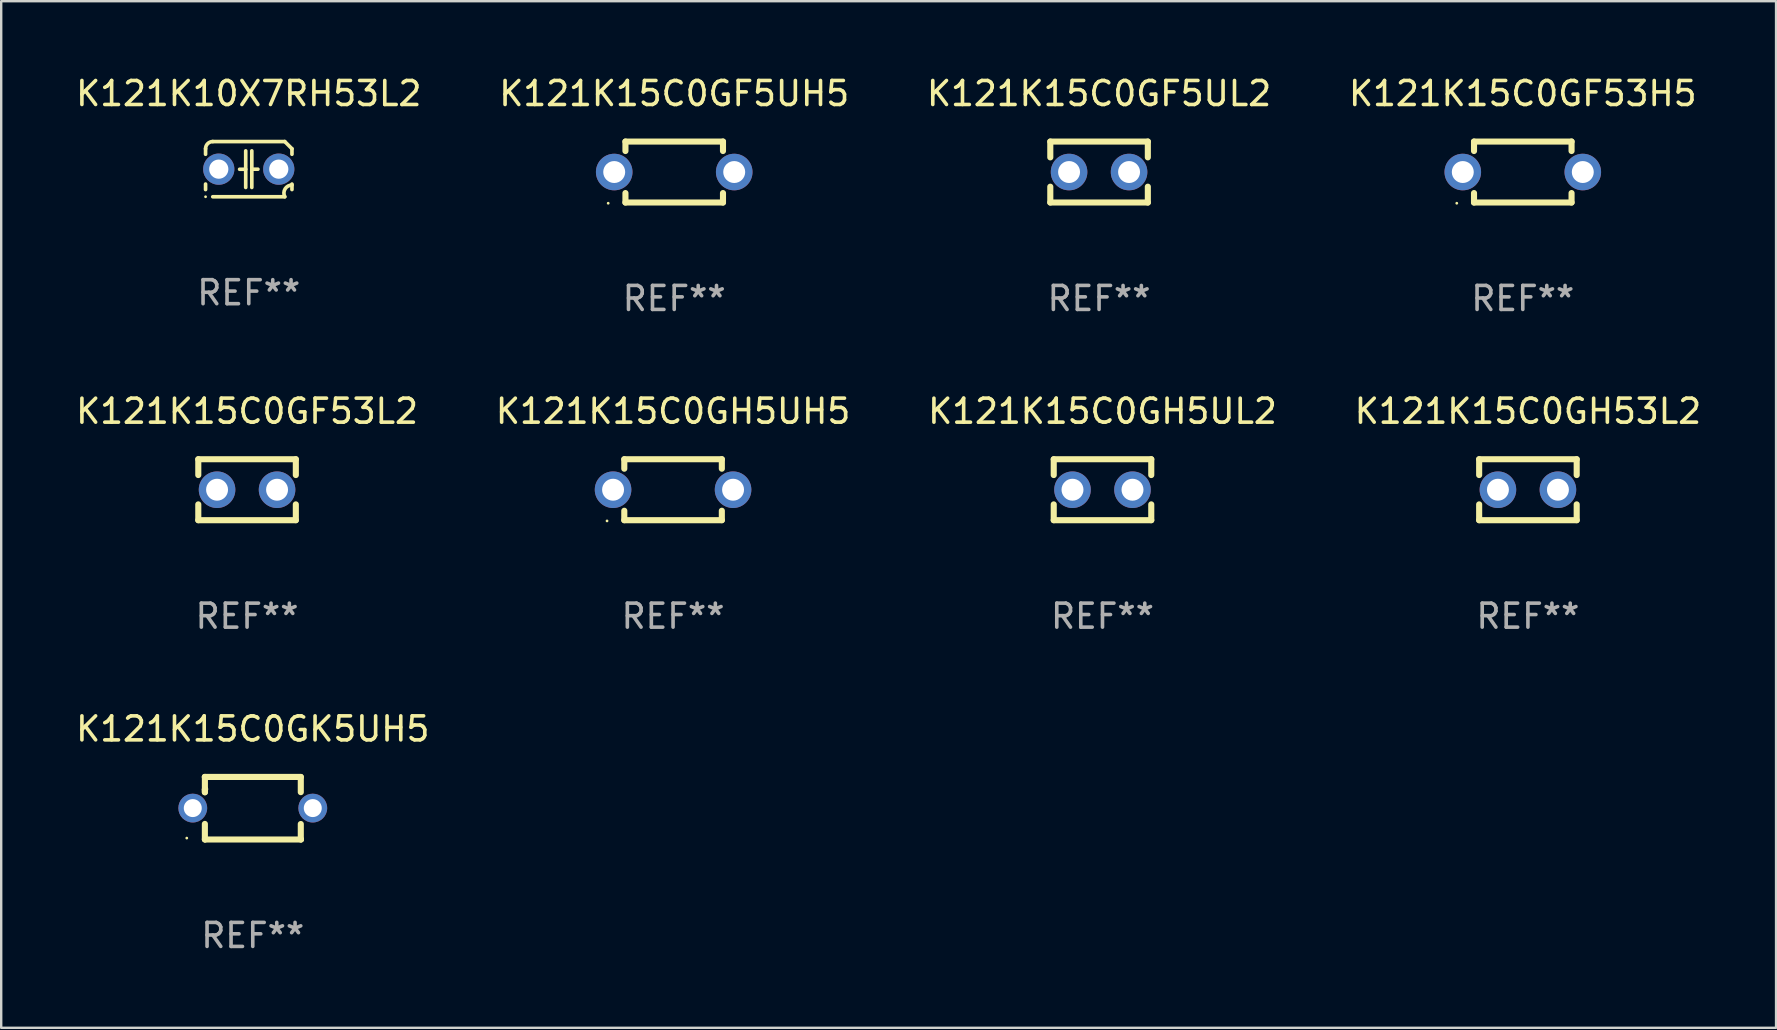
<source format=kicad_pcb>
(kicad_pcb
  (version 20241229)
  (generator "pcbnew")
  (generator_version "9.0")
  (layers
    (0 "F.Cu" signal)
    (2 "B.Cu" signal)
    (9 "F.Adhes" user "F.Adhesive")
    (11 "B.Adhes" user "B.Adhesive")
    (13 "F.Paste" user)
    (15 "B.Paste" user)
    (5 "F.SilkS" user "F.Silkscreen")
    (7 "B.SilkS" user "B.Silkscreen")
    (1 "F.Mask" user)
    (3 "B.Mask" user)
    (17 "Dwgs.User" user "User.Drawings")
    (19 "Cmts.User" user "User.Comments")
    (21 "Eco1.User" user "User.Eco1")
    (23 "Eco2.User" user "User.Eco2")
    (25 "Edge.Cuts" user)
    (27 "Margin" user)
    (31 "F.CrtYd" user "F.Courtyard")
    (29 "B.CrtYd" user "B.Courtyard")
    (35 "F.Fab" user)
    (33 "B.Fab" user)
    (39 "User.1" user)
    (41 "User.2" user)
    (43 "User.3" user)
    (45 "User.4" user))
  (footprint "K121K15C0GF5UL2"
    (layer "F.Cu")
    (at 42.744 4.118)
    (property "Reference" "K121K15C0GF5UL2" (at 0 -3.27 0) (layer "F.SilkS") (effects (font (size 1 1) (thickness 0.15))))
    (attr through_hole)
    (fp_line (start -2.032 -1.27) (end -2.032 -0.611) (stroke (width 0.254) (type solid)) (layer "F.SilkS"))
    (fp_line (start -2.032 0.611) (end -2.032 1.27) (stroke (width 0.254) (type solid)) (layer "F.SilkS"))
    (fp_line (start -2.032 1.27) (end 2.032 1.27) (stroke (width 0.254) (type solid)) (layer "F.SilkS"))
    (fp_line (start 2.032 -1.27) (end -2.032 -1.27) (stroke (width 0.254) (type solid)) (layer "F.SilkS"))
    (fp_line (start 2.032 -0.611) (end 2.032 -1.27) (stroke (width 0.254) (type solid)) (layer "F.SilkS"))
    (fp_line (start 2.032 1.27) (end 2.032 0.611) (stroke (width 0.254) (type solid)) (layer "F.SilkS"))
    (fp_circle (center -2 1.3) (end -1.97 1.3) (stroke (width 0.06) (type solid)) (fill no) (layer "F.SilkS"))
    (fp_text user "REF**" (at 0 5.27 0) (layer "F.Fab") (effects (font (size 1 1) (thickness 0.15))))
    (pad "1" thru_hole circle (at -1.25 0) (size 1.524 1.524) (drill 0.914) (layers "*.Cu" "*.Mask"))
    (pad "2" thru_hole circle (at 1.25 0) (size 1.524 1.524) (drill 0.914) (layers "*.Cu" "*.Mask")))
  (footprint "K121K15C0GK5UH5"
    (layer "F.Cu")
    (at 7.482 30.625)
    (property "Reference" "K121K15C0GK5UH5" (at 0 -3.303 0) (layer "F.SilkS") (effects (font (size 1 1) (thickness 0.15))))
    (attr through_hole)
    (fp_line (start -1.996 -0.782) (end -1.983 -0.795) (stroke (width 0.254) (type solid)) (layer "F.SilkS"))
    (fp_line (start -1.996 -0.665) (end -1.996 -0.782) (stroke (width 0.254) (type solid)) (layer "F.SilkS"))
    (fp_line (start -1.996 1.297) (end -1.996 0.655) (stroke (width 0.254) (type solid)) (layer "F.SilkS"))
    (fp_line (start -1.996 -1.303) (end 2.001 -1.303) (stroke (width 0.254) (type solid)) (layer "F.SilkS"))
    (fp_line (start -1.995 -1.303) (end -1.996 -1.303) (stroke (width 0.254) (type solid)) (layer "F.SilkS"))
    (fp_line (start -1.995 -0.664) (end -1.995 -1.303) (stroke (width 0.254) (type solid)) (layer "F.SilkS"))
    (fp_line (start -1.99 1.303) (end -1.996 1.297) (stroke (width 0.254) (type solid)) (layer "F.SilkS"))
    (fp_line (start 2.001 -1.303) (end 2.001 -0.669) (stroke (width 0.254) (type solid)) (layer "F.SilkS"))
    (fp_line (start 2.001 0.659) (end 2.001 1.297) (stroke (width 0.254) (type solid)) (layer "F.SilkS"))
    (fp_line (start 2.001 1.297) (end 2.008 1.303) (stroke (width 0.254) (type solid)) (layer "F.SilkS"))
    (fp_line (start 2.008 1.303) (end -1.99 1.303) (stroke (width 0.254) (type solid)) (layer "F.SilkS"))
    (fp_circle (center -2.75 1.245) (end -2.72 1.245) (stroke (width 0.06) (type solid)) (fill no) (layer "F.SilkS"))
    (fp_text user "REF**" (at 0 5.303 0) (layer "F.Fab") (effects (font (size 1 1) (thickness 0.15))))
    (pad "1" thru_hole circle (at -2.5 -0.005) (size 1.2 1.2) (drill 0.75) (layers "*.Cu" "*.Mask"))
    (pad "2" thru_hole circle (at 2.5 -0.005) (size 1.2 1.2) (drill 0.75) (layers "*.Cu" "*.Mask")))
  (footprint "K121K15C0GF5UH5"
    (layer "F.Cu")
    (at 25.042 4.118)
    (property "Reference" "K121K15C0GF5UH5" (at 0 -3.27 0) (layer "F.SilkS") (effects (font (size 1 1) (thickness 0.15))))
    (attr through_hole)
    (fp_line (start -2.032 -1.27) (end -2.032 -0.876) (stroke (width 0.254) (type solid)) (layer "F.SilkS"))
    (fp_line (start -2.032 0.876) (end -2.032 1.27) (stroke (width 0.254) (type solid)) (layer "F.SilkS"))
    (fp_line (start -2.032 1.27) (end 2.032 1.27) (stroke (width 0.254) (type solid)) (layer "F.SilkS"))
    (fp_line (start 2.032 -1.27) (end -2.032 -1.27) (stroke (width 0.254) (type solid)) (layer "F.SilkS"))
    (fp_line (start 2.032 -0.876) (end 2.032 -1.27) (stroke (width 0.254) (type solid)) (layer "F.SilkS"))
    (fp_line (start 2.032 1.27) (end 2.032 0.876) (stroke (width 0.254) (type solid)) (layer "F.SilkS"))
    (fp_circle (center -2.751 1.3) (end -2.721 1.3) (stroke (width 0.06) (type solid)) (fill no) (layer "F.SilkS"))
    (fp_text user "REF**" (at 0 5.27 0) (layer "F.Fab") (effects (font (size 1 1) (thickness 0.15))))
    (pad "1" thru_hole circle (at -2.5 0) (size 1.524 1.524) (drill 0.914) (layers "*.Cu" "*.Mask"))
    (pad "2" thru_hole circle (at 2.5 0) (size 1.524 1.524) (drill 0.914) (layers "*.Cu" "*.Mask")))
  (footprint "K121K15C0GH53L2"
    (layer "F.Cu")
    (at 60.613 17.355)
    (property "Reference" "K121K15C0GH53L2" (at 0 -3.27 0) (layer "F.SilkS") (effects (font (size 1 1) (thickness 0.15))))
    (attr through_hole)
    (fp_line (start -2.032 -1.27) (end -2.032 -0.611) (stroke (width 0.254) (type solid)) (layer "F.SilkS"))
    (fp_line (start -2.032 0.611) (end -2.032 1.27) (stroke (width 0.254) (type solid)) (layer "F.SilkS"))
    (fp_line (start -2.032 1.27) (end 2.032 1.27) (stroke (width 0.254) (type solid)) (layer "F.SilkS"))
    (fp_line (start 2.032 -1.27) (end -2.032 -1.27) (stroke (width 0.254) (type solid)) (layer "F.SilkS"))
    (fp_line (start 2.032 -0.611) (end 2.032 -1.27) (stroke (width 0.254) (type solid)) (layer "F.SilkS"))
    (fp_line (start 2.032 1.27) (end 2.032 0.611) (stroke (width 0.254) (type solid)) (layer "F.SilkS"))
    (fp_circle (center -2 1.3) (end -1.97 1.3) (stroke (width 0.06) (type solid)) (fill no) (layer "F.SilkS"))
    (fp_text user "REF**" (at 0 5.27 0) (layer "F.Fab") (effects (font (size 1 1) (thickness 0.15))))
    (pad "1" thru_hole circle (at -1.25 0) (size 1.524 1.524) (drill 0.914) (layers "*.Cu" "*.Mask"))
    (pad "2" thru_hole circle (at 1.25 0) (size 1.524 1.524) (drill 0.914) (layers "*.Cu" "*.Mask")))
  (footprint "K121K15C0GH5UH5"
    (layer "F.Cu")
    (at 24.994 17.355)
    (property "Reference" "K121K15C0GH5UH5" (at 0 -3.27 0) (layer "F.SilkS") (effects (font (size 1 1) (thickness 0.15))))
    (attr through_hole)
    (fp_line (start -2.032 -1.27) (end -2.032 -0.876) (stroke (width 0.254) (type solid)) (layer "F.SilkS"))
    (fp_line (start -2.032 0.876) (end -2.032 1.27) (stroke (width 0.254) (type solid)) (layer "F.SilkS"))
    (fp_line (start -2.032 1.27) (end 2.032 1.27) (stroke (width 0.254) (type solid)) (layer "F.SilkS"))
    (fp_line (start 2.032 -1.27) (end -2.032 -1.27) (stroke (width 0.254) (type solid)) (layer "F.SilkS"))
    (fp_line (start 2.032 -0.876) (end 2.032 -1.27) (stroke (width 0.254) (type solid)) (layer "F.SilkS"))
    (fp_line (start 2.032 1.27) (end 2.032 0.876) (stroke (width 0.254) (type solid)) (layer "F.SilkS"))
    (fp_circle (center -2.751 1.3) (end -2.721 1.3) (stroke (width 0.06) (type solid)) (fill no) (layer "F.SilkS"))
    (fp_text user "REF**" (at 0 5.27 0) (layer "F.Fab") (effects (font (size 1 1) (thickness 0.15))))
    (pad "1" thru_hole circle (at -2.5 0) (size 1.524 1.524) (drill 0.914) (layers "*.Cu" "*.Mask"))
    (pad "2" thru_hole circle (at 2.5 0) (size 1.524 1.524) (drill 0.914) (layers "*.Cu" "*.Mask")))
  (footprint "K121K15C0GF53L2"
    (layer "F.Cu")
    (at 7.244 17.355)
    (property "Reference" "K121K15C0GF53L2" (at 0 -3.27 0) (layer "F.SilkS") (effects (font (size 1 1) (thickness 0.15))))
    (attr through_hole)
    (fp_line (start -2.032 -1.27) (end -2.032 -0.611) (stroke (width 0.254) (type solid)) (layer "F.SilkS"))
    (fp_line (start -2.032 0.611) (end -2.032 1.27) (stroke (width 0.254) (type solid)) (layer "F.SilkS"))
    (fp_line (start -2.032 1.27) (end 2.032 1.27) (stroke (width 0.254) (type solid)) (layer "F.SilkS"))
    (fp_line (start 2.032 -1.27) (end -2.032 -1.27) (stroke (width 0.254) (type solid)) (layer "F.SilkS"))
    (fp_line (start 2.032 -0.611) (end 2.032 -1.27) (stroke (width 0.254) (type solid)) (layer "F.SilkS"))
    (fp_line (start 2.032 1.27) (end 2.032 0.611) (stroke (width 0.254) (type solid)) (layer "F.SilkS"))
    (fp_circle (center -2 1.3) (end -1.97 1.3) (stroke (width 0.06) (type solid)) (fill no) (layer "F.SilkS"))
    (fp_text user "REF**" (at 0 5.27 0) (layer "F.Fab") (effects (font (size 1 1) (thickness 0.15))))
    (pad "1" thru_hole circle (at -1.25 0) (size 1.524 1.524) (drill 0.914) (layers "*.Cu" "*.Mask"))
    (pad "2" thru_hole circle (at 1.25 0) (size 1.524 1.524) (drill 0.914) (layers "*.Cu" "*.Mask")))
  (footprint "K121K15C0GH5UL2"
    (layer "F.Cu")
    (at 42.887 17.355)
    (property "Reference" "K121K15C0GH5UL2" (at 0 -3.27 0) (layer "F.SilkS") (effects (font (size 1 1) (thickness 0.15))))
    (attr through_hole)
    (fp_line (start -2.032 -1.27) (end -2.032 -0.611) (stroke (width 0.254) (type solid)) (layer "F.SilkS"))
    (fp_line (start -2.032 0.611) (end -2.032 1.27) (stroke (width 0.254) (type solid)) (layer "F.SilkS"))
    (fp_line (start -2.032 1.27) (end 2.032 1.27) (stroke (width 0.254) (type solid)) (layer "F.SilkS"))
    (fp_line (start 2.032 -1.27) (end -2.032 -1.27) (stroke (width 0.254) (type solid)) (layer "F.SilkS"))
    (fp_line (start 2.032 -0.611) (end 2.032 -1.27) (stroke (width 0.254) (type solid)) (layer "F.SilkS"))
    (fp_line (start 2.032 1.27) (end 2.032 0.611) (stroke (width 0.254) (type solid)) (layer "F.SilkS"))
    (fp_circle (center -2 1.3) (end -1.97 1.3) (stroke (width 0.06) (type solid)) (fill no) (layer "F.SilkS"))
    (fp_text user "REF**" (at 0 5.27 0) (layer "F.Fab") (effects (font (size 1 1) (thickness 0.15))))
    (pad "1" thru_hole circle (at -1.25 0) (size 1.524 1.524) (drill 0.914) (layers "*.Cu" "*.Mask"))
    (pad "2" thru_hole circle (at 1.25 0) (size 1.524 1.524) (drill 0.914) (layers "*.Cu" "*.Mask")))
  (footprint "K121K15C0GF53H5"
    (layer "F.Cu")
    (at 60.399 4.118)
    (property "Reference" "K121K15C0GF53H5" (at 0 -3.27 0) (layer "F.SilkS") (effects (font (size 1 1) (thickness 0.15))))
    (attr through_hole)
    (fp_line (start -2.032 -1.27) (end -2.032 -0.876) (stroke (width 0.254) (type solid)) (layer "F.SilkS"))
    (fp_line (start -2.032 0.876) (end -2.032 1.27) (stroke (width 0.254) (type solid)) (layer "F.SilkS"))
    (fp_line (start -2.032 1.27) (end 2.032 1.27) (stroke (width 0.254) (type solid)) (layer "F.SilkS"))
    (fp_line (start 2.032 -1.27) (end -2.032 -1.27) (stroke (width 0.254) (type solid)) (layer "F.SilkS"))
    (fp_line (start 2.032 -0.876) (end 2.032 -1.27) (stroke (width 0.254) (type solid)) (layer "F.SilkS"))
    (fp_line (start 2.032 1.27) (end 2.032 0.876) (stroke (width 0.254) (type solid)) (layer "F.SilkS"))
    (fp_circle (center -2.751 1.3) (end -2.721 1.3) (stroke (width 0.06) (type solid)) (fill no) (layer "F.SilkS"))
    (fp_text user "REF**" (at 0 5.27 0) (layer "F.Fab") (effects (font (size 1 1) (thickness 0.15))))
    (pad "1" thru_hole circle (at -2.5 0) (size 1.524 1.524) (drill 0.914) (layers "*.Cu" "*.Mask"))
    (pad "2" thru_hole circle (at 2.5 0) (size 1.524 1.524) (drill 0.914) (layers "*.Cu" "*.Mask")))
  (footprint "K121K10X7RH53L2"
    (layer "F.Cu")
    (at 7.315 3.998)
    (property "Reference" "K121K10X7RH53L2" (at 0 -3.15 0) (layer "F.SilkS") (effects (font (size 1 1) (thickness 0.15))))
    (attr through_hole)
    (fp_line (start -1.8 -0.621) (end -1.8 -0.85) (stroke (width 0.152) (type solid)) (layer "F.SilkS"))
    (fp_line (start -1.8 0.85) (end -1.8 0.621) (stroke (width 0.152) (type solid)) (layer "F.SilkS"))
    (fp_line (start -1.5 -1.15) (end 1.5 -1.15) (stroke (width 0.152) (type solid)) (layer "F.SilkS"))
    (fp_line (start -0.127 -0.762) (end -0.127 0.762) (stroke (width 0.152) (type solid)) (layer "F.SilkS"))
    (fp_line (start -0.127 0.005) (end -0.381 0.005) (stroke (width 0.152) (type solid)) (layer "F.SilkS"))
    (fp_line (start 0.127 -0.762) (end 0.127 0.762) (stroke (width 0.152) (type solid)) (layer "F.SilkS"))
    (fp_line (start 0.127 0.002) (end 0.381 0.002) (stroke (width 0.152) (type solid)) (layer "F.SilkS"))
    (fp_line (start 1.5 1.15) (end -1.5 1.15) (stroke (width 0.152) (type solid)) (layer "F.SilkS"))
    (fp_line (start 1.8 -0.85) (end 1.8 -0.621) (stroke (width 0.152) (type solid)) (layer "F.SilkS"))
    (fp_line (start 1.8 0.621) (end 1.8 0.85) (stroke (width 0.152) (type solid)) (layer "F.SilkS"))
    (fp_arc (start -1.799975 -0.849987) (mid -1.712107 -1.062119) (end -1.499975 -1.149987) (stroke (width 0.151994) (type solid)) (layer "F.SilkS"))
    (fp_arc (start 1.499975 1.149987) (mid 1.513726 0.822359) (end 1.799975 0.662387) (stroke (width 0.151994) (type solid)) (layer "F.SilkS"))
    (fp_arc (start 1.500001 -1.149986) (mid 1.650015 -1.000001) (end 1.8 -0.849987) (stroke (width 0.151994) (type solid)) (layer "F.SilkS"))
    (fp_circle (center -1.8 1.15) (end -1.77 1.15) (stroke (width 0.06) (type solid)) (fill no) (layer "F.SilkS"))
    (fp_text user "REF**" (at 0 5.15 0) (layer "F.Fab") (effects (font (size 1 1) (thickness 0.15))))
    (pad "1" thru_hole circle (at -1.25 0) (size 1.3 1.3) (drill 0.8) (layers "*.Cu" "*.Mask"))
    (pad "2" thru_hole circle (at 1.25 0) (size 1.3 1.3) (drill 0.8) (layers "*.Cu" "*.Mask")))
  (gr_rect
    (start -3 -3)
    (end 70.952 39.776)
    (stroke (width 0.1) (type default))
    (fill no)
    (layer "Edge.Cuts")))
</source>
